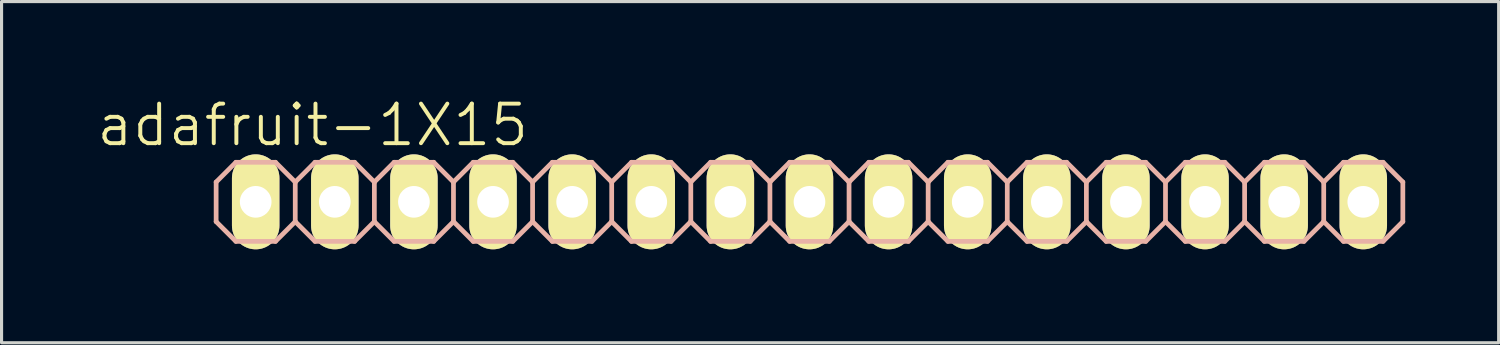
<source format=kicad_pcb>
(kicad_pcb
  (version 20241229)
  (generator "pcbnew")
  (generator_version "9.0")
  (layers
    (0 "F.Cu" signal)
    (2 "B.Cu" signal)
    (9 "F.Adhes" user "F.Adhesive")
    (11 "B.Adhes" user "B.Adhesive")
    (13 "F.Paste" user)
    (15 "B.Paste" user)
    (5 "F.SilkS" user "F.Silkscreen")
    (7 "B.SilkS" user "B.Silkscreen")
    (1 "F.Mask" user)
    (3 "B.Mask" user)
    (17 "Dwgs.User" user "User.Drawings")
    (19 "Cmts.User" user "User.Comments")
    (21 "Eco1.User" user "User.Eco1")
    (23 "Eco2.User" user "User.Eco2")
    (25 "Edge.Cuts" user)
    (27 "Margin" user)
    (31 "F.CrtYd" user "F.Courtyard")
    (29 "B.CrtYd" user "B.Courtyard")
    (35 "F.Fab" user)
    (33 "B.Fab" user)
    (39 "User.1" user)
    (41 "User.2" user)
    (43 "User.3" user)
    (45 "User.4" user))
  (footprint "adafruit-1X15"
    (layer "F.Cu")
    (at 22.939 3.43)
    (property "Reference" "adafruit-1X15" (at -15.951 -2.464 0) (layer "F.SilkS") (effects (font (size 1.27 1.27) (thickness 0.127))))
    (attr exclude_from_pos_files exclude_from_bom)
    (fp_line (start -18.034 -0.254) (end -17.523 -0.254) (stroke (width 0.066) (type solid)) (layer "F.SilkS"))
    (fp_line (start -18.034 0.254) (end -18.034 -0.254) (stroke (width 0.066) (type solid)) (layer "F.SilkS"))
    (fp_line (start -18.034 0.254) (end -17.523 0.254) (stroke (width 0.066) (type solid)) (layer "F.SilkS"))
    (fp_line (start -17.523 0.254) (end -17.523 -0.254) (stroke (width 0.066) (type solid)) (layer "F.SilkS"))
    (fp_line (start -15.494 -0.254) (end -14.986 -0.254) (stroke (width 0.066) (type solid)) (layer "F.SilkS"))
    (fp_line (start -15.494 0.254) (end -15.494 -0.254) (stroke (width 0.066) (type solid)) (layer "F.SilkS"))
    (fp_line (start -15.494 0.254) (end -14.986 0.254) (stroke (width 0.066) (type solid)) (layer "F.SilkS"))
    (fp_line (start -14.986 0.254) (end -14.986 -0.254) (stroke (width 0.066) (type solid)) (layer "F.SilkS"))
    (fp_line (start -12.954 -0.254) (end -12.446 -0.254) (stroke (width 0.066) (type solid)) (layer "F.SilkS"))
    (fp_line (start -12.954 0.254) (end -12.954 -0.254) (stroke (width 0.066) (type solid)) (layer "F.SilkS"))
    (fp_line (start -12.954 0.254) (end -12.446 0.254) (stroke (width 0.066) (type solid)) (layer "F.SilkS"))
    (fp_line (start -12.446 0.254) (end -12.446 -0.254) (stroke (width 0.066) (type solid)) (layer "F.SilkS"))
    (fp_line (start -10.414 -0.254) (end -9.906 -0.254) (stroke (width 0.066) (type solid)) (layer "F.SilkS"))
    (fp_line (start -10.414 0.254) (end -10.414 -0.254) (stroke (width 0.066) (type solid)) (layer "F.SilkS"))
    (fp_line (start -10.414 0.254) (end -9.906 0.254) (stroke (width 0.066) (type solid)) (layer "F.SilkS"))
    (fp_line (start -9.906 0.254) (end -9.906 -0.254) (stroke (width 0.066) (type solid)) (layer "F.SilkS"))
    (fp_line (start -7.874 -0.254) (end -7.366 -0.254) (stroke (width 0.066) (type solid)) (layer "F.SilkS"))
    (fp_line (start -7.874 0.254) (end -7.874 -0.254) (stroke (width 0.066) (type solid)) (layer "F.SilkS"))
    (fp_line (start -7.874 0.254) (end -7.366 0.254) (stroke (width 0.066) (type solid)) (layer "F.SilkS"))
    (fp_line (start -7.366 0.254) (end -7.366 -0.254) (stroke (width 0.066) (type solid)) (layer "F.SilkS"))
    (fp_line (start -5.334 -0.254) (end -4.826 -0.254) (stroke (width 0.066) (type solid)) (layer "F.SilkS"))
    (fp_line (start -5.334 0.254) (end -5.334 -0.254) (stroke (width 0.066) (type solid)) (layer "F.SilkS"))
    (fp_line (start -5.334 0.254) (end -4.826 0.254) (stroke (width 0.066) (type solid)) (layer "F.SilkS"))
    (fp_line (start -4.826 0.254) (end -4.826 -0.254) (stroke (width 0.066) (type solid)) (layer "F.SilkS"))
    (fp_line (start -2.794 -0.254) (end -2.286 -0.254) (stroke (width 0.066) (type solid)) (layer "F.SilkS"))
    (fp_line (start -2.794 0.254) (end -2.794 -0.254) (stroke (width 0.066) (type solid)) (layer "F.SilkS"))
    (fp_line (start -2.794 0.254) (end -2.286 0.254) (stroke (width 0.066) (type solid)) (layer "F.SilkS"))
    (fp_line (start -2.286 0.254) (end -2.286 -0.254) (stroke (width 0.066) (type solid)) (layer "F.SilkS"))
    (fp_line (start -0.254 -0.254) (end 0.254 -0.254) (stroke (width 0.066) (type solid)) (layer "F.SilkS"))
    (fp_line (start -0.254 0.254) (end -0.254 -0.254) (stroke (width 0.066) (type solid)) (layer "F.SilkS"))
    (fp_line (start -0.254 0.254) (end 0.254 0.254) (stroke (width 0.066) (type solid)) (layer "F.SilkS"))
    (fp_line (start 0.254 0.254) (end 0.254 -0.254) (stroke (width 0.066) (type solid)) (layer "F.SilkS"))
    (fp_line (start 2.286 -0.254) (end 2.794 -0.254) (stroke (width 0.066) (type solid)) (layer "F.SilkS"))
    (fp_line (start 2.286 0.254) (end 2.286 -0.254) (stroke (width 0.066) (type solid)) (layer "F.SilkS"))
    (fp_line (start 2.286 0.254) (end 2.794 0.254) (stroke (width 0.066) (type solid)) (layer "F.SilkS"))
    (fp_line (start 2.794 0.254) (end 2.794 -0.254) (stroke (width 0.066) (type solid)) (layer "F.SilkS"))
    (fp_line (start 4.826 -0.254) (end 5.334 -0.254) (stroke (width 0.066) (type solid)) (layer "F.SilkS"))
    (fp_line (start 4.826 0.254) (end 4.826 -0.254) (stroke (width 0.066) (type solid)) (layer "F.SilkS"))
    (fp_line (start 4.826 0.254) (end 5.334 0.254) (stroke (width 0.066) (type solid)) (layer "F.SilkS"))
    (fp_line (start 5.334 0.254) (end 5.334 -0.254) (stroke (width 0.066) (type solid)) (layer "F.SilkS"))
    (fp_line (start 7.366 -0.254) (end 7.874 -0.254) (stroke (width 0.066) (type solid)) (layer "F.SilkS"))
    (fp_line (start 7.366 0.254) (end 7.366 -0.254) (stroke (width 0.066) (type solid)) (layer "F.SilkS"))
    (fp_line (start 7.366 0.254) (end 7.874 0.254) (stroke (width 0.066) (type solid)) (layer "F.SilkS"))
    (fp_line (start 7.874 0.254) (end 7.874 -0.254) (stroke (width 0.066) (type solid)) (layer "F.SilkS"))
    (fp_line (start 9.906 -0.254) (end 10.414 -0.254) (stroke (width 0.066) (type solid)) (layer "F.SilkS"))
    (fp_line (start 9.906 0.254) (end 9.906 -0.254) (stroke (width 0.066) (type solid)) (layer "F.SilkS"))
    (fp_line (start 9.906 0.254) (end 10.414 0.254) (stroke (width 0.066) (type solid)) (layer "F.SilkS"))
    (fp_line (start 10.414 0.254) (end 10.414 -0.254) (stroke (width 0.066) (type solid)) (layer "F.SilkS"))
    (fp_line (start 12.446 -0.254) (end 12.954 -0.254) (stroke (width 0.066) (type solid)) (layer "F.SilkS"))
    (fp_line (start 12.446 0.254) (end 12.446 -0.254) (stroke (width 0.066) (type solid)) (layer "F.SilkS"))
    (fp_line (start 12.446 0.254) (end 12.954 0.254) (stroke (width 0.066) (type solid)) (layer "F.SilkS"))
    (fp_line (start 12.954 0.254) (end 12.954 -0.254) (stroke (width 0.066) (type solid)) (layer "F.SilkS"))
    (fp_line (start 14.986 -0.254) (end 15.494 -0.254) (stroke (width 0.066) (type solid)) (layer "F.SilkS"))
    (fp_line (start 14.986 0.254) (end 14.986 -0.254) (stroke (width 0.066) (type solid)) (layer "F.SilkS"))
    (fp_line (start 14.986 0.254) (end 15.494 0.254) (stroke (width 0.066) (type solid)) (layer "F.SilkS"))
    (fp_line (start 15.494 0.254) (end 15.494 -0.254) (stroke (width 0.066) (type solid)) (layer "F.SilkS"))
    (fp_line (start 17.523 -0.254) (end 18.034 -0.254) (stroke (width 0.066) (type solid)) (layer "F.SilkS"))
    (fp_line (start 17.523 0.254) (end 17.523 -0.254) (stroke (width 0.066) (type solid)) (layer "F.SilkS"))
    (fp_line (start 17.523 0.254) (end 18.034 0.254) (stroke (width 0.066) (type solid)) (layer "F.SilkS"))
    (fp_line (start 18.034 0.254) (end 18.034 -0.254) (stroke (width 0.066) (type solid)) (layer "F.SilkS"))
    (fp_line (start -19.05 -0.635) (end -19.05 0.635) (stroke (width 0.152) (type solid)) (layer "B.SilkS"))
    (fp_line (start -19.05 0.635) (end -18.415 1.27) (stroke (width 0.152) (type solid)) (layer "B.SilkS"))
    (fp_line (start -18.415 -1.27) (end -19.05 -0.635) (stroke (width 0.152) (type solid)) (layer "B.SilkS"))
    (fp_line (start -18.415 -1.27) (end -17.145 -1.27) (stroke (width 0.152) (type solid)) (layer "B.SilkS"))
    (fp_line (start -17.145 -1.27) (end -16.51 -0.635) (stroke (width 0.152) (type solid)) (layer "B.SilkS"))
    (fp_line (start -17.145 1.27) (end -18.415 1.27) (stroke (width 0.152) (type solid)) (layer "B.SilkS"))
    (fp_line (start -16.51 -0.635) (end -16.51 0.635) (stroke (width 0.152) (type solid)) (layer "B.SilkS"))
    (fp_line (start -16.51 -0.635) (end -15.875 -1.27) (stroke (width 0.152) (type solid)) (layer "B.SilkS"))
    (fp_line (start -16.51 0.635) (end -17.145 1.27) (stroke (width 0.152) (type solid)) (layer "B.SilkS"))
    (fp_line (start -15.875 -1.27) (end -14.605 -1.27) (stroke (width 0.152) (type solid)) (layer "B.SilkS"))
    (fp_line (start -15.875 1.27) (end -16.51 0.635) (stroke (width 0.152) (type solid)) (layer "B.SilkS"))
    (fp_line (start -14.605 -1.27) (end -13.97 -0.635) (stroke (width 0.152) (type solid)) (layer "B.SilkS"))
    (fp_line (start -14.605 1.27) (end -15.875 1.27) (stroke (width 0.152) (type solid)) (layer "B.SilkS"))
    (fp_line (start -13.97 -0.635) (end -13.97 0.635) (stroke (width 0.152) (type solid)) (layer "B.SilkS"))
    (fp_line (start -13.97 -0.635) (end -13.335 -1.27) (stroke (width 0.152) (type solid)) (layer "B.SilkS"))
    (fp_line (start -13.97 0.635) (end -14.605 1.27) (stroke (width 0.152) (type solid)) (layer "B.SilkS"))
    (fp_line (start -13.335 -1.27) (end -12.065 -1.27) (stroke (width 0.152) (type solid)) (layer "B.SilkS"))
    (fp_line (start -13.335 1.27) (end -13.97 0.635) (stroke (width 0.152) (type solid)) (layer "B.SilkS"))
    (fp_line (start -12.065 -1.27) (end -11.43 -0.635) (stroke (width 0.152) (type solid)) (layer "B.SilkS"))
    (fp_line (start -12.065 1.27) (end -13.335 1.27) (stroke (width 0.152) (type solid)) (layer "B.SilkS"))
    (fp_line (start -11.43 -0.635) (end -11.43 0.635) (stroke (width 0.152) (type solid)) (layer "B.SilkS"))
    (fp_line (start -11.43 0.635) (end -12.065 1.27) (stroke (width 0.152) (type solid)) (layer "B.SilkS"))
    (fp_line (start -11.43 0.635) (end -10.795 1.27) (stroke (width 0.152) (type solid)) (layer "B.SilkS"))
    (fp_line (start -10.795 -1.27) (end -11.43 -0.635) (stroke (width 0.152) (type solid)) (layer "B.SilkS"))
    (fp_line (start -10.795 -1.27) (end -9.525 -1.27) (stroke (width 0.152) (type solid)) (layer "B.SilkS"))
    (fp_line (start -9.525 -1.27) (end -8.89 -0.635) (stroke (width 0.152) (type solid)) (layer "B.SilkS"))
    (fp_line (start -9.525 1.27) (end -10.795 1.27) (stroke (width 0.152) (type solid)) (layer "B.SilkS"))
    (fp_line (start -8.89 -0.635) (end -8.89 0.635) (stroke (width 0.152) (type solid)) (layer "B.SilkS"))
    (fp_line (start -8.89 -0.635) (end -8.255 -1.27) (stroke (width 0.152) (type solid)) (layer "B.SilkS"))
    (fp_line (start -8.89 0.635) (end -9.525 1.27) (stroke (width 0.152) (type solid)) (layer "B.SilkS"))
    (fp_line (start -8.255 -1.27) (end -6.985 -1.27) (stroke (width 0.152) (type solid)) (layer "B.SilkS"))
    (fp_line (start -8.255 1.27) (end -8.89 0.635) (stroke (width 0.152) (type solid)) (layer "B.SilkS"))
    (fp_line (start -6.985 -1.27) (end -6.35 -0.635) (stroke (width 0.152) (type solid)) (layer "B.SilkS"))
    (fp_line (start -6.985 1.27) (end -8.255 1.27) (stroke (width 0.152) (type solid)) (layer "B.SilkS"))
    (fp_line (start -6.35 -0.635) (end -6.35 0.635) (stroke (width 0.152) (type solid)) (layer "B.SilkS"))
    (fp_line (start -6.35 -0.635) (end -5.715 -1.27) (stroke (width 0.152) (type solid)) (layer "B.SilkS"))
    (fp_line (start -6.35 0.635) (end -6.985 1.27) (stroke (width 0.152) (type solid)) (layer "B.SilkS"))
    (fp_line (start -5.715 -1.27) (end -4.445 -1.27) (stroke (width 0.152) (type solid)) (layer "B.SilkS"))
    (fp_line (start -5.715 1.27) (end -6.35 0.635) (stroke (width 0.152) (type solid)) (layer "B.SilkS"))
    (fp_line (start -4.445 -1.27) (end -3.81 -0.635) (stroke (width 0.152) (type solid)) (layer "B.SilkS"))
    (fp_line (start -4.445 1.27) (end -5.715 1.27) (stroke (width 0.152) (type solid)) (layer "B.SilkS"))
    (fp_line (start -3.81 -0.635) (end -3.81 0.635) (stroke (width 0.152) (type solid)) (layer "B.SilkS"))
    (fp_line (start -3.81 0.635) (end -4.445 1.27) (stroke (width 0.152) (type solid)) (layer "B.SilkS"))
    (fp_line (start -3.81 0.635) (end -3.175 1.27) (stroke (width 0.152) (type solid)) (layer "B.SilkS"))
    (fp_line (start -3.175 -1.27) (end -3.81 -0.635) (stroke (width 0.152) (type solid)) (layer "B.SilkS"))
    (fp_line (start -3.175 -1.27) (end -1.905 -1.27) (stroke (width 0.152) (type solid)) (layer "B.SilkS"))
    (fp_line (start -1.905 -1.27) (end -1.27 -0.635) (stroke (width 0.152) (type solid)) (layer "B.SilkS"))
    (fp_line (start -1.905 1.27) (end -3.175 1.27) (stroke (width 0.152) (type solid)) (layer "B.SilkS"))
    (fp_line (start -1.27 -0.635) (end -1.27 0.635) (stroke (width 0.152) (type solid)) (layer "B.SilkS"))
    (fp_line (start -1.27 -0.635) (end -0.635 -1.27) (stroke (width 0.152) (type solid)) (layer "B.SilkS"))
    (fp_line (start -1.27 0.635) (end -1.905 1.27) (stroke (width 0.152) (type solid)) (layer "B.SilkS"))
    (fp_line (start -0.635 -1.27) (end 0.635 -1.27) (stroke (width 0.152) (type solid)) (layer "B.SilkS"))
    (fp_line (start -0.635 1.27) (end -1.27 0.635) (stroke (width 0.152) (type solid)) (layer "B.SilkS"))
    (fp_line (start 0.635 -1.27) (end 1.27 -0.635) (stroke (width 0.152) (type solid)) (layer "B.SilkS"))
    (fp_line (start 0.635 1.27) (end -0.635 1.27) (stroke (width 0.152) (type solid)) (layer "B.SilkS"))
    (fp_line (start 1.27 -0.635) (end 1.27 0.635) (stroke (width 0.152) (type solid)) (layer "B.SilkS"))
    (fp_line (start 1.27 -0.635) (end 1.905 -1.27) (stroke (width 0.152) (type solid)) (layer "B.SilkS"))
    (fp_line (start 1.27 0.635) (end 0.635 1.27) (stroke (width 0.152) (type solid)) (layer "B.SilkS"))
    (fp_line (start 1.905 -1.27) (end 3.175 -1.27) (stroke (width 0.152) (type solid)) (layer "B.SilkS"))
    (fp_line (start 1.905 1.27) (end 1.27 0.635) (stroke (width 0.152) (type solid)) (layer "B.SilkS"))
    (fp_line (start 3.175 -1.27) (end 3.81 -0.635) (stroke (width 0.152) (type solid)) (layer "B.SilkS"))
    (fp_line (start 3.175 1.27) (end 1.905 1.27) (stroke (width 0.152) (type solid)) (layer "B.SilkS"))
    (fp_line (start 3.81 -0.635) (end 3.81 0.635) (stroke (width 0.152) (type solid)) (layer "B.SilkS"))
    (fp_line (start 3.81 0.635) (end 3.175 1.27) (stroke (width 0.152) (type solid)) (layer "B.SilkS"))
    (fp_line (start 3.81 0.635) (end 4.445 1.27) (stroke (width 0.152) (type solid)) (layer "B.SilkS"))
    (fp_line (start 4.445 -1.27) (end 3.81 -0.635) (stroke (width 0.152) (type solid)) (layer "B.SilkS"))
    (fp_line (start 4.445 -1.27) (end 5.715 -1.27) (stroke (width 0.152) (type solid)) (layer "B.SilkS"))
    (fp_line (start 5.715 -1.27) (end 6.35 -0.635) (stroke (width 0.152) (type solid)) (layer "B.SilkS"))
    (fp_line (start 5.715 1.27) (end 4.445 1.27) (stroke (width 0.152) (type solid)) (layer "B.SilkS"))
    (fp_line (start 6.35 -0.635) (end 6.35 0.635) (stroke (width 0.152) (type solid)) (layer "B.SilkS"))
    (fp_line (start 6.35 -0.635) (end 6.985 -1.27) (stroke (width 0.152) (type solid)) (layer "B.SilkS"))
    (fp_line (start 6.35 0.635) (end 5.715 1.27) (stroke (width 0.152) (type solid)) (layer "B.SilkS"))
    (fp_line (start 6.985 -1.27) (end 8.255 -1.27) (stroke (width 0.152) (type solid)) (layer "B.SilkS"))
    (fp_line (start 6.985 1.27) (end 6.35 0.635) (stroke (width 0.152) (type solid)) (layer "B.SilkS"))
    (fp_line (start 8.255 -1.27) (end 8.89 -0.635) (stroke (width 0.152) (type solid)) (layer "B.SilkS"))
    (fp_line (start 8.255 1.27) (end 6.985 1.27) (stroke (width 0.152) (type solid)) (layer "B.SilkS"))
    (fp_line (start 8.89 -0.635) (end 8.89 0.635) (stroke (width 0.152) (type solid)) (layer "B.SilkS"))
    (fp_line (start 8.89 -0.635) (end 9.525 -1.27) (stroke (width 0.152) (type solid)) (layer "B.SilkS"))
    (fp_line (start 8.89 0.635) (end 8.255 1.27) (stroke (width 0.152) (type solid)) (layer "B.SilkS"))
    (fp_line (start 9.525 -1.27) (end 10.795 -1.27) (stroke (width 0.152) (type solid)) (layer "B.SilkS"))
    (fp_line (start 9.525 1.27) (end 8.89 0.635) (stroke (width 0.152) (type solid)) (layer "B.SilkS"))
    (fp_line (start 10.795 -1.27) (end 11.43 -0.635) (stroke (width 0.152) (type solid)) (layer "B.SilkS"))
    (fp_line (start 10.795 1.27) (end 9.525 1.27) (stroke (width 0.152) (type solid)) (layer "B.SilkS"))
    (fp_line (start 11.43 -0.635) (end 11.43 0.635) (stroke (width 0.152) (type solid)) (layer "B.SilkS"))
    (fp_line (start 11.43 0.635) (end 10.795 1.27) (stroke (width 0.152) (type solid)) (layer "B.SilkS"))
    (fp_line (start 11.43 0.635) (end 12.065 1.27) (stroke (width 0.152) (type solid)) (layer "B.SilkS"))
    (fp_line (start 12.065 -1.27) (end 11.43 -0.635) (stroke (width 0.152) (type solid)) (layer "B.SilkS"))
    (fp_line (start 12.065 -1.27) (end 13.335 -1.27) (stroke (width 0.152) (type solid)) (layer "B.SilkS"))
    (fp_line (start 13.335 -1.27) (end 13.97 -0.635) (stroke (width 0.152) (type solid)) (layer "B.SilkS"))
    (fp_line (start 13.335 1.27) (end 12.065 1.27) (stroke (width 0.152) (type solid)) (layer "B.SilkS"))
    (fp_line (start 13.97 -0.635) (end 13.97 0.635) (stroke (width 0.152) (type solid)) (layer "B.SilkS"))
    (fp_line (start 13.97 -0.635) (end 14.605 -1.27) (stroke (width 0.152) (type solid)) (layer "B.SilkS"))
    (fp_line (start 13.97 0.635) (end 13.335 1.27) (stroke (width 0.152) (type solid)) (layer "B.SilkS"))
    (fp_line (start 14.605 -1.27) (end 15.875 -1.27) (stroke (width 0.152) (type solid)) (layer "B.SilkS"))
    (fp_line (start 14.605 1.27) (end 13.97 0.635) (stroke (width 0.152) (type solid)) (layer "B.SilkS"))
    (fp_line (start 15.875 -1.27) (end 16.51 -0.635) (stroke (width 0.152) (type solid)) (layer "B.SilkS"))
    (fp_line (start 15.875 1.27) (end 14.605 1.27) (stroke (width 0.152) (type solid)) (layer "B.SilkS"))
    (fp_line (start 16.51 -0.635) (end 16.51 0.635) (stroke (width 0.152) (type solid)) (layer "B.SilkS"))
    (fp_line (start 16.51 -0.635) (end 17.145 -1.27) (stroke (width 0.152) (type solid)) (layer "B.SilkS"))
    (fp_line (start 16.51 0.635) (end 15.875 1.27) (stroke (width 0.152) (type solid)) (layer "B.SilkS"))
    (fp_line (start 17.145 -1.27) (end 18.415 -1.27) (stroke (width 0.152) (type solid)) (layer "B.SilkS"))
    (fp_line (start 17.145 1.27) (end 16.51 0.635) (stroke (width 0.152) (type solid)) (layer "B.SilkS"))
    (fp_line (start 18.415 -1.27) (end 19.05 -0.635) (stroke (width 0.152) (type solid)) (layer "B.SilkS"))
    (fp_line (start 18.415 1.27) (end 17.145 1.27) (stroke (width 0.152) (type solid)) (layer "B.SilkS"))
    (fp_line (start 19.05 -0.635) (end 19.05 0.635) (stroke (width 0.152) (type solid)) (layer "B.SilkS"))
    (fp_line (start 19.05 0.635) (end 18.415 1.27) (stroke (width 0.152) (type solid)) (layer "B.SilkS"))
    (pad "1" thru_hole oval (at -17.78 0 180) (size 1.524 3.048) (drill 1.016) (layers "*.Cu" "F.Mask" "F.SilkS" "F.Paste"))
    (pad "2" thru_hole oval (at -15.24 0 180) (size 1.524 3.048) (drill 1.016) (layers "*.Cu" "F.Mask" "F.SilkS" "F.Paste"))
    (pad "3" thru_hole oval (at -12.7 0 180) (size 1.524 3.048) (drill 1.016) (layers "*.Cu" "F.Mask" "F.SilkS" "F.Paste"))
    (pad "4" thru_hole oval (at -10.16 0 180) (size 1.524 3.048) (drill 1.016) (layers "*.Cu" "F.Mask" "F.SilkS" "F.Paste"))
    (pad "5" thru_hole oval (at -7.62 0 180) (size 1.524 3.048) (drill 1.016) (layers "*.Cu" "F.Mask" "F.SilkS" "F.Paste"))
    (pad "6" thru_hole oval (at -5.08 0 180) (size 1.524 3.048) (drill 1.016) (layers "*.Cu" "F.Mask" "F.SilkS" "F.Paste"))
    (pad "7" thru_hole oval (at -2.54 0 180) (size 1.524 3.048) (drill 1.016) (layers "*.Cu" "F.Mask" "F.SilkS" "F.Paste"))
    (pad "8" thru_hole oval (at 0 0 180) (size 1.524 3.048) (drill 1.016) (layers "*.Cu" "F.Mask" "F.SilkS" "F.Paste"))
    (pad "9" thru_hole oval (at 2.54 0 180) (size 1.524 3.048) (drill 1.016) (layers "*.Cu" "F.Mask" "F.SilkS" "F.Paste"))
    (pad "10" thru_hole oval (at 5.08 0 180) (size 1.524 3.048) (drill 1.016) (layers "*.Cu" "F.Mask" "F.SilkS" "F.Paste"))
    (pad "11" thru_hole oval (at 7.62 0 180) (size 1.524 3.048) (drill 1.016) (layers "*.Cu" "F.Mask" "F.SilkS" "F.Paste"))
    (pad "12" thru_hole oval (at 10.16 0 180) (size 1.524 3.048) (drill 1.016) (layers "*.Cu" "F.Mask" "F.SilkS" "F.Paste"))
    (pad "13" thru_hole oval (at 12.7 0 180) (size 1.524 3.048) (drill 1.016) (layers "*.Cu" "F.Mask" "F.SilkS" "F.Paste"))
    (pad "14" thru_hole oval (at 15.24 0 180) (size 1.524 3.048) (drill 1.016) (layers "*.Cu" "F.Mask" "F.SilkS" "F.Paste"))
    (pad "15" thru_hole oval (at 17.78 0 180) (size 1.524 3.048) (drill 1.016) (layers "*.Cu" "F.Mask" "F.SilkS" "F.Paste")))
  (gr_rect
    (start -3 -3)
    (end 45.065 7.954)
    (stroke (width 0.1) (type default))
    (fill no)
    (layer "Edge.Cuts")))
</source>
